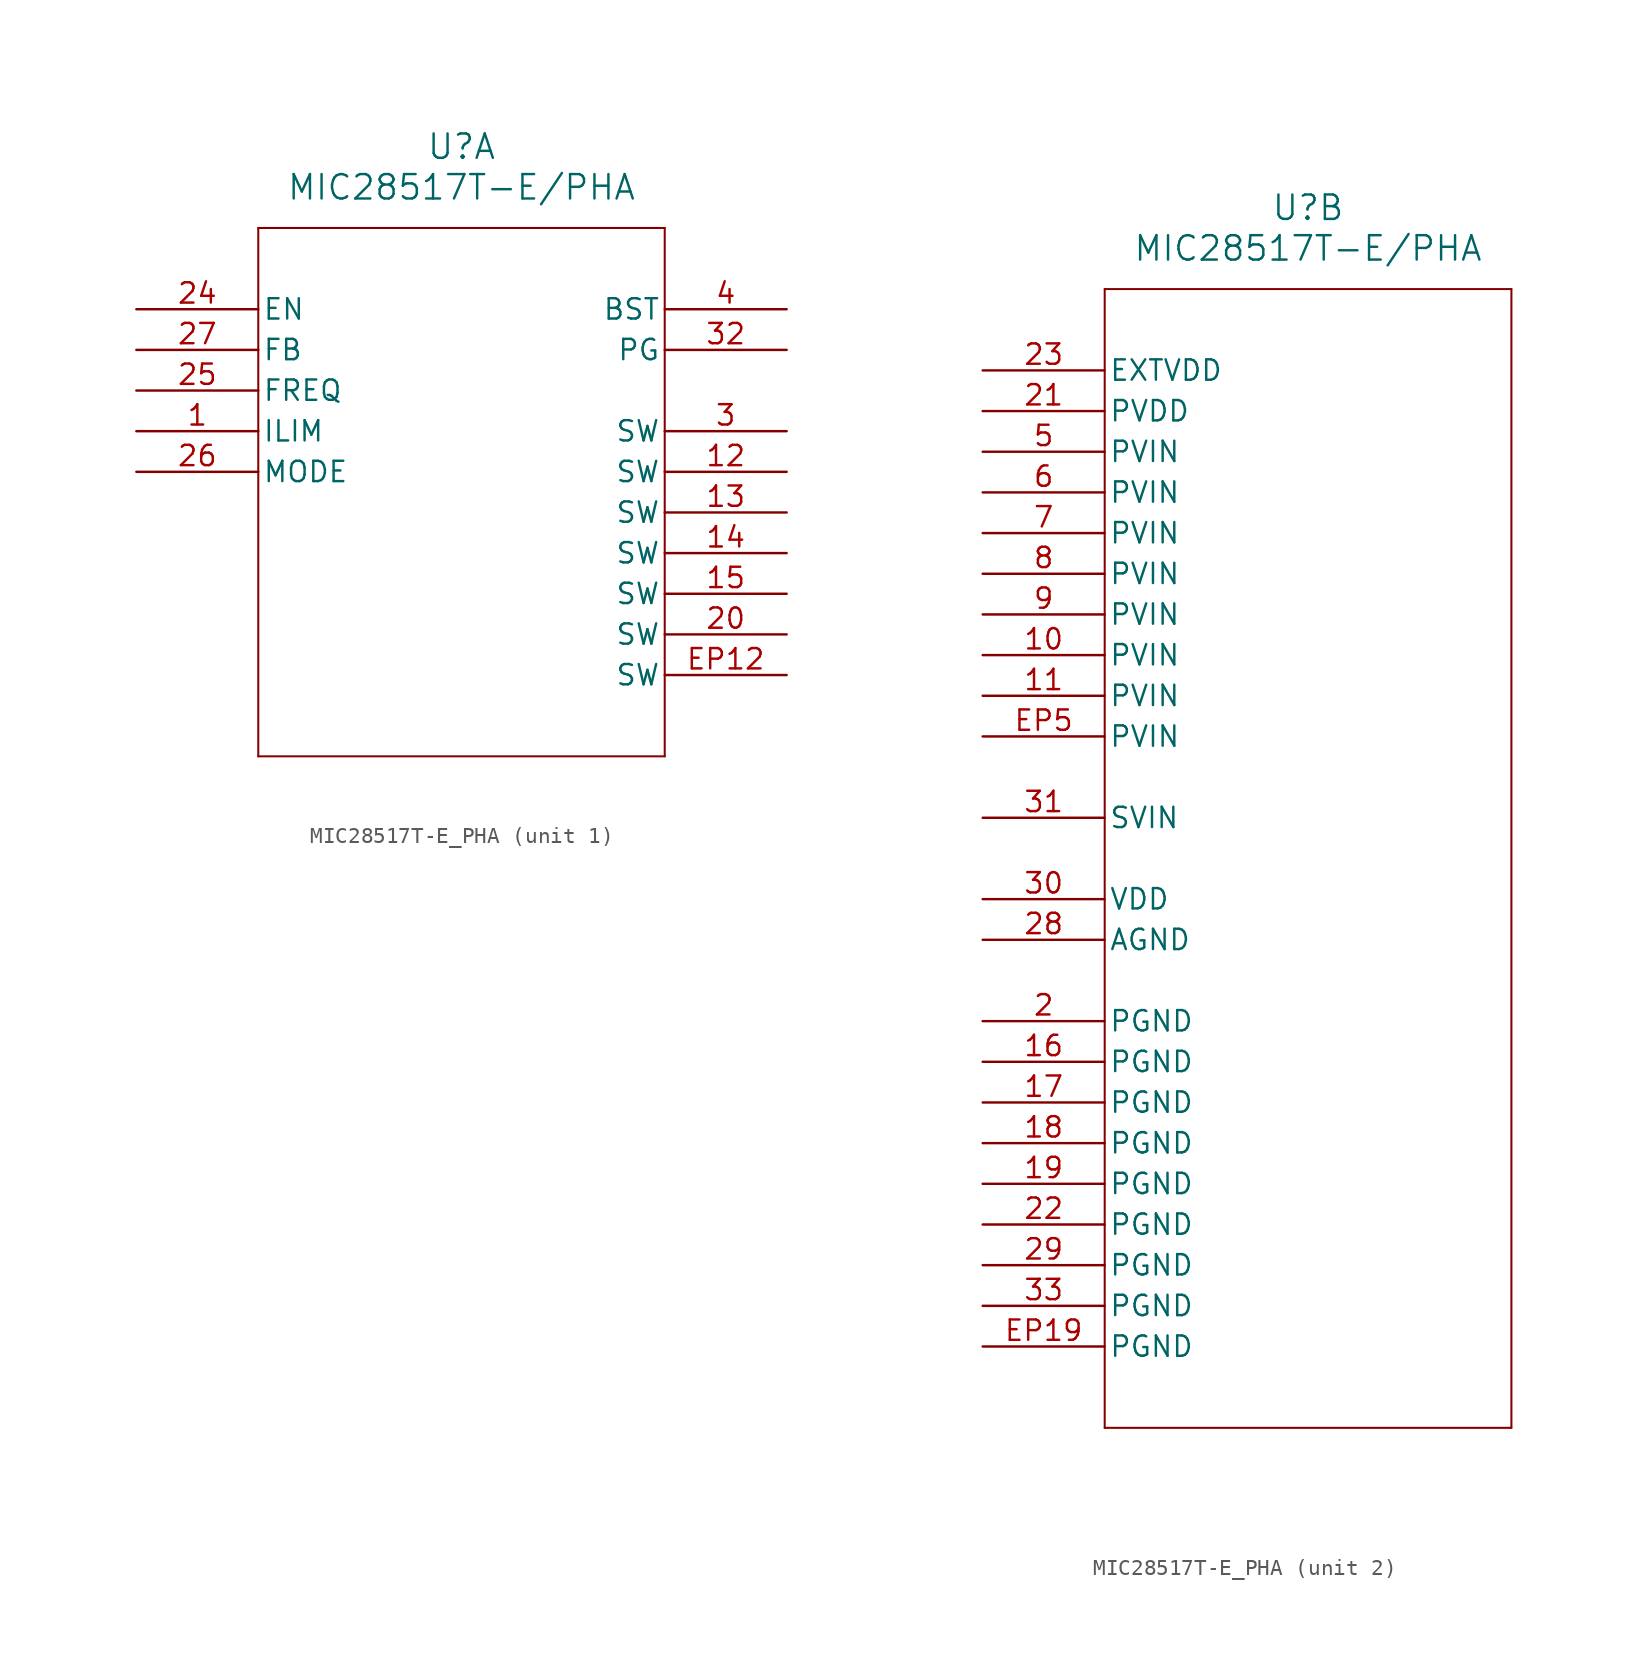
<source format=kicad_sym>
(kicad_symbol_lib
  (version 20211014)
  (generator kicad_symbol_editor)
  (symbol "MIC28517T-E_PHA"
    (pin_names
      (offset 0.254))
    (property "Reference" "U"
      (at 20.32 10.16 0)
      (effects (font (size 1.524 1.524))))
    (property "Value" "MIC28517T-E/PHA"
      (at 20.32 7.62 0)
      (effects (font (size 1.524 1.524))))
    (symbol "MIC28517T-E_PHA_1_1"
      (polyline (pts (xy 7.62 5.08) (xy 7.62 -27.94)) (stroke (width 0.127) (type default) (color 0 0 0 0)) (fill (type none)))
      (polyline (pts (xy 7.62 -27.94) (xy 33.02 -27.94)) (stroke (width 0.127) (type default) (color 0 0 0 0)) (fill (type none)))
      (polyline (pts (xy 33.02 -27.94) (xy 33.02 5.08)) (stroke (width 0.127) (type default) (color 0 0 0 0)) (fill (type none)))
      (polyline (pts (xy 33.02 5.08) (xy 7.62 5.08)) (stroke (width 0.127) (type default) (color 0 0 0 0)) (fill (type none)))
      (pin input line (at 0 -7.62 0) (length 7.62) (name "ILIM" (effects (font (size 1.27 1.27)))) (number "1" (effects (font (size 1.27 1.27)))))
      (pin output line (at 40.64 -7.62 180) (length 7.62) (name "SW" (effects (font (size 1.27 1.27)))) (number "3" (effects (font (size 1.27 1.27)))))
      (pin output line (at 40.64 0 180) (length 7.62) (name "BST" (effects (font (size 1.27 1.27)))) (number "4" (effects (font (size 1.27 1.27)))))
      (pin output line (at 40.64 -10.16 180) (length 7.62) (name "SW" (effects (font (size 1.27 1.27)))) (number "12" (effects (font (size 1.27 1.27)))))
      (pin output line (at 40.64 -12.7 180) (length 7.62) (name "SW" (effects (font (size 1.27 1.27)))) (number "13" (effects (font (size 1.27 1.27)))))
      (pin output line (at 40.64 -15.24 180) (length 7.62) (name "SW" (effects (font (size 1.27 1.27)))) (number "14" (effects (font (size 1.27 1.27)))))
      (pin output line (at 40.64 -17.78 180) (length 7.62) (name "SW" (effects (font (size 1.27 1.27)))) (number "15" (effects (font (size 1.27 1.27)))))
      (pin output line (at 40.64 -20.32 180) (length 7.62) (name "SW" (effects (font (size 1.27 1.27)))) (number "20" (effects (font (size 1.27 1.27)))))
      (pin input line (at 0 0 0) (length 7.62) (name "EN" (effects (font (size 1.27 1.27)))) (number "24" (effects (font (size 1.27 1.27)))))
      (pin input line (at 0 -5.08 0) (length 7.62) (name "FREQ" (effects (font (size 1.27 1.27)))) (number "25" (effects (font (size 1.27 1.27)))))
      (pin input line (at 0 -10.16 0) (length 7.62) (name "MODE" (effects (font (size 1.27 1.27)))) (number "26" (effects (font (size 1.27 1.27)))))
      (pin input line (at 0 -2.54 0) (length 7.62) (name "FB" (effects (font (size 1.27 1.27)))) (number "27" (effects (font (size 1.27 1.27)))))
      (pin output line (at 40.64 -2.54 180) (length 7.62) (name "PG" (effects (font (size 1.27 1.27)))) (number "32" (effects (font (size 1.27 1.27)))))
      (pin output line (at 40.64 -22.86 180) (length 7.62) (name "SW" (effects (font (size 1.27 1.27)))) (number "EP12" (effects (font (size 1.27 1.27))))))
    (symbol "MIC28517T-E_PHA_2_1"
      (polyline (pts (xy 7.62 5.08) (xy 7.62 -66.04)) (stroke (width 0.127) (type default) (color 0 0 0 0)) (fill (type none)))
      (polyline (pts (xy 7.62 -66.04) (xy 33.02 -66.04)) (stroke (width 0.127) (type default) (color 0 0 0 0)) (fill (type none)))
      (polyline (pts (xy 33.02 -66.04) (xy 33.02 5.08)) (stroke (width 0.127) (type default) (color 0 0 0 0)) (fill (type none)))
      (polyline (pts (xy 33.02 5.08) (xy 7.62 5.08)) (stroke (width 0.127) (type default) (color 0 0 0 0)) (fill (type none)))
      (pin power_out line (at 0 -40.64 0) (length 7.62) (name "PGND" (effects (font (size 1.27 1.27)))) (number "2" (effects (font (size 1.27 1.27)))))
      (pin power_in line (at 0 -5.08 0) (length 7.62) (name "PVIN" (effects (font (size 1.27 1.27)))) (number "5" (effects (font (size 1.27 1.27)))))
      (pin power_in line (at 0 -7.62 0) (length 7.62) (name "PVIN" (effects (font (size 1.27 1.27)))) (number "6" (effects (font (size 1.27 1.27)))))
      (pin power_in line (at 0 -10.16 0) (length 7.62) (name "PVIN" (effects (font (size 1.27 1.27)))) (number "7" (effects (font (size 1.27 1.27)))))
      (pin power_in line (at 0 -12.7 0) (length 7.62) (name "PVIN" (effects (font (size 1.27 1.27)))) (number "8" (effects (font (size 1.27 1.27)))))
      (pin power_in line (at 0 -15.24 0) (length 7.62) (name "PVIN" (effects (font (size 1.27 1.27)))) (number "9" (effects (font (size 1.27 1.27)))))
      (pin power_in line (at 0 -17.78 0) (length 7.62) (name "PVIN" (effects (font (size 1.27 1.27)))) (number "10" (effects (font (size 1.27 1.27)))))
      (pin power_in line (at 0 -20.32 0) (length 7.62) (name "PVIN" (effects (font (size 1.27 1.27)))) (number "11" (effects (font (size 1.27 1.27)))))
      (pin power_out line (at 0 -43.18 0) (length 7.62) (name "PGND" (effects (font (size 1.27 1.27)))) (number "16" (effects (font (size 1.27 1.27)))))
      (pin power_out line (at 0 -45.72 0) (length 7.62) (name "PGND" (effects (font (size 1.27 1.27)))) (number "17" (effects (font (size 1.27 1.27)))))
      (pin power_out line (at 0 -48.26 0) (length 7.62) (name "PGND" (effects (font (size 1.27 1.27)))) (number "18" (effects (font (size 1.27 1.27)))))
      (pin power_out line (at 0 -50.8 0) (length 7.62) (name "PGND" (effects (font (size 1.27 1.27)))) (number "19" (effects (font (size 1.27 1.27)))))
      (pin power_in line (at 0 -2.54 0) (length 7.62) (name "PVDD" (effects (font (size 1.27 1.27)))) (number "21" (effects (font (size 1.27 1.27)))))
      (pin power_out line (at 0 -53.34 0) (length 7.62) (name "PGND" (effects (font (size 1.27 1.27)))) (number "22" (effects (font (size 1.27 1.27)))))
      (pin power_in line (at 0 0 0) (length 7.62) (name "EXTVDD" (effects (font (size 1.27 1.27)))) (number "23" (effects (font (size 1.27 1.27)))))
      (pin power_out line (at 0 -35.56 0) (length 7.62) (name "AGND" (effects (font (size 1.27 1.27)))) (number "28" (effects (font (size 1.27 1.27)))))
      (pin power_out line (at 0 -55.88 0) (length 7.62) (name "PGND" (effects (font (size 1.27 1.27)))) (number "29" (effects (font (size 1.27 1.27)))))
      (pin power_in line (at 0 -33.02 0) (length 7.62) (name "VDD" (effects (font (size 1.27 1.27)))) (number "30" (effects (font (size 1.27 1.27)))))
      (pin power_in line (at 0 -27.94 0) (length 7.62) (name "SVIN" (effects (font (size 1.27 1.27)))) (number "31" (effects (font (size 1.27 1.27)))))
      (pin power_out line (at 0 -58.42 0) (length 7.62) (name "PGND" (effects (font (size 1.27 1.27)))) (number "33" (effects (font (size 1.27 1.27)))))
      (pin power_in line (at 0 -22.86 0) (length 7.62) (name "PVIN" (effects (font (size 1.27 1.27)))) (number "EP5" (effects (font (size 1.27 1.27)))))
      (pin power_out line (at 0 -60.96 0) (length 7.62) (name "PGND" (effects (font (size 1.27 1.27)))) (number "EP19" (effects (font (size 1.27 1.27))))))))
</source>
